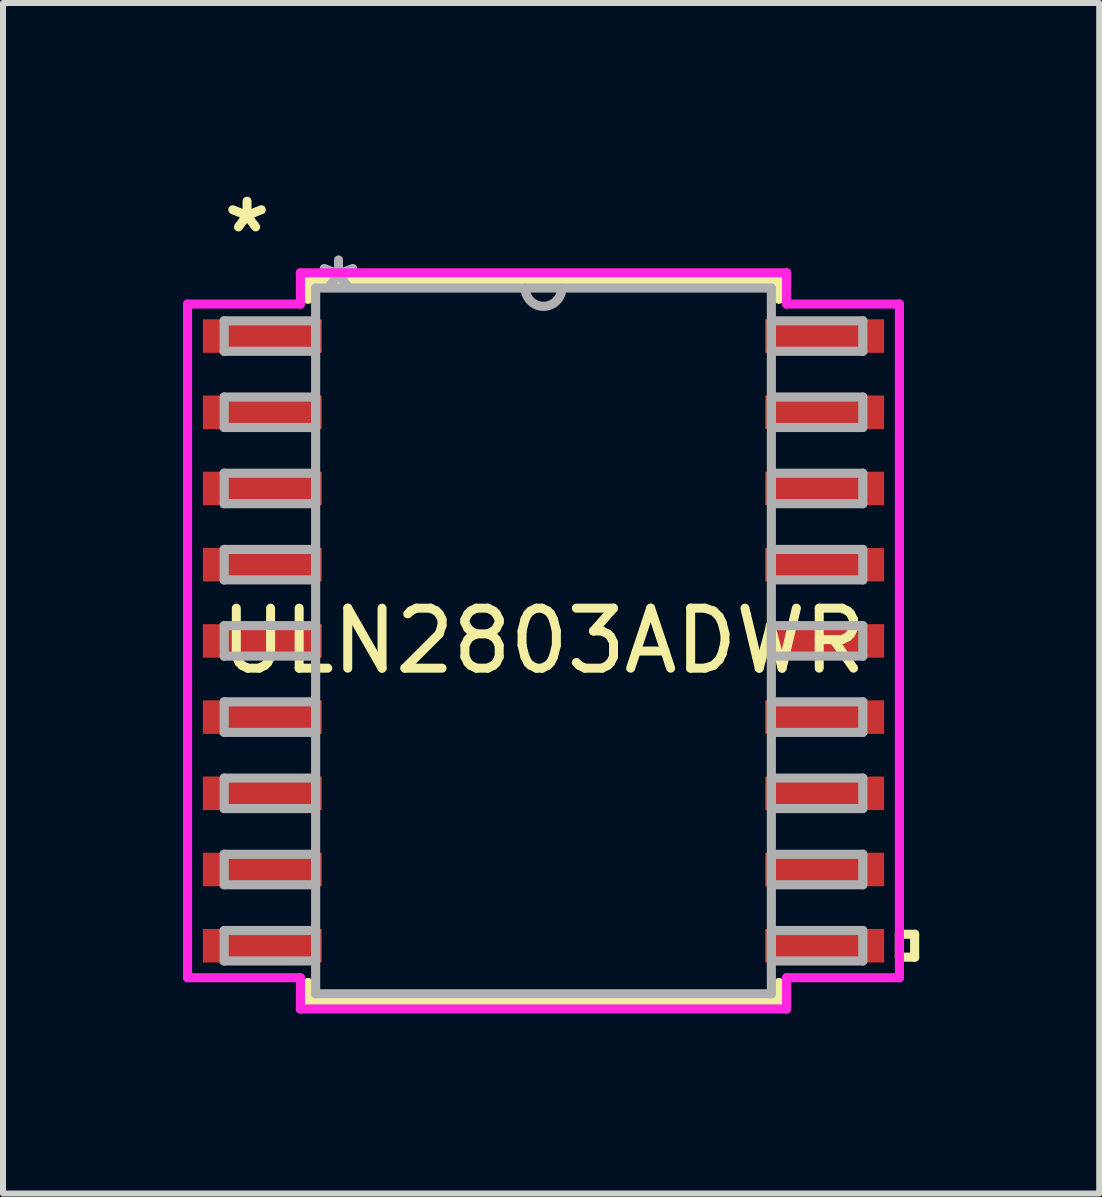
<source format=kicad_pcb>
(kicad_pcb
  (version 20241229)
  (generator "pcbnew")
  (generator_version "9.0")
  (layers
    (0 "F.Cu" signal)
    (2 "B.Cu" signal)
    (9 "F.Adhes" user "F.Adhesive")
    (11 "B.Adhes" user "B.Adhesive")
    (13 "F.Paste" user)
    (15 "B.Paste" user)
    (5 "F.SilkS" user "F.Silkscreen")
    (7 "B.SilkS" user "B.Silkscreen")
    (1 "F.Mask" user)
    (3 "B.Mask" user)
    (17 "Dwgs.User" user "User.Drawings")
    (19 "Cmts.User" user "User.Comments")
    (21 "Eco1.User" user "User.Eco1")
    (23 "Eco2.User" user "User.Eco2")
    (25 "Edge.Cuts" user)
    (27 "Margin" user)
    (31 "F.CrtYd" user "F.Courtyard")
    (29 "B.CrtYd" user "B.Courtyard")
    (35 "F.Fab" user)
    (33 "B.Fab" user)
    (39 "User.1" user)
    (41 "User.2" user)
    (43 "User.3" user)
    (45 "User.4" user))
  (footprint "ULN2803ADWR"
    (layer "F.Cu")
    (at 6.007 7.63)
    (property "Reference" "ULN2803ADWR" (at 0 0 0) (layer "F.SilkS") (effects (font (size 1 1) (thickness 0.15))))
    (attr through_hole)
    (fp_line (start -3.924 -6.007) (end -3.924 -5.692) (stroke (width 0.152) (type solid)) (layer "F.SilkS"))
    (fp_line (start -3.924 5.692) (end -3.924 6.007) (stroke (width 0.152) (type solid)) (layer "F.SilkS"))
    (fp_line (start -3.924 6.007) (end 3.924 6.007) (stroke (width 0.152) (type solid)) (layer "F.SilkS"))
    (fp_line (start 3.924 -6.007) (end -3.924 -6.007) (stroke (width 0.152) (type solid)) (layer "F.SilkS"))
    (fp_line (start 3.924 -5.692) (end 3.924 -6.007) (stroke (width 0.152) (type solid)) (layer "F.SilkS"))
    (fp_line (start 3.924 6.007) (end 3.924 5.692) (stroke (width 0.152) (type solid)) (layer "F.SilkS"))
    (fp_line (start 5.931 4.889) (end 6.185 4.889) (stroke (width 0.152) (type solid)) (layer "F.SilkS"))
    (fp_line (start 5.931 5.271) (end 5.931 4.889) (stroke (width 0.152) (type solid)) (layer "F.SilkS"))
    (fp_line (start 6.185 4.889) (end 6.185 5.271) (stroke (width 0.152) (type solid)) (layer "F.SilkS"))
    (fp_line (start 6.185 5.271) (end 5.931 5.271) (stroke (width 0.152) (type solid)) (layer "F.SilkS"))
    (fp_line (start -5.931 -5.613) (end -4.051 -5.613) (stroke (width 0.152) (type solid)) (layer "F.CrtYd"))
    (fp_line (start -5.931 5.613) (end -5.931 -5.613) (stroke (width 0.152) (type solid)) (layer "F.CrtYd"))
    (fp_line (start -4.051 -6.134) (end 4.051 -6.134) (stroke (width 0.152) (type solid)) (layer "F.CrtYd"))
    (fp_line (start -4.051 -5.613) (end -4.051 -6.134) (stroke (width 0.152) (type solid)) (layer "F.CrtYd"))
    (fp_line (start -4.051 5.613) (end -5.931 5.613) (stroke (width 0.152) (type solid)) (layer "F.CrtYd"))
    (fp_line (start -4.051 6.134) (end -4.051 5.613) (stroke (width 0.152) (type solid)) (layer "F.CrtYd"))
    (fp_line (start 4.051 -6.134) (end 4.051 -5.613) (stroke (width 0.152) (type solid)) (layer "F.CrtYd"))
    (fp_line (start 4.051 -5.613) (end 5.931 -5.613) (stroke (width 0.152) (type solid)) (layer "F.CrtYd"))
    (fp_line (start 4.051 5.613) (end 4.051 6.134) (stroke (width 0.152) (type solid)) (layer "F.CrtYd"))
    (fp_line (start 4.051 6.134) (end -4.051 6.134) (stroke (width 0.152) (type solid)) (layer "F.CrtYd"))
    (fp_line (start 5.931 -5.613) (end 5.931 5.613) (stroke (width 0.152) (type solid)) (layer "F.CrtYd"))
    (fp_line (start 5.931 5.613) (end 4.051 5.613) (stroke (width 0.152) (type solid)) (layer "F.CrtYd"))
    (fp_line (start -5.321 -5.334) (end -5.321 -4.826) (stroke (width 0.152) (type solid)) (layer "F.Fab"))
    (fp_line (start -5.321 -4.826) (end -3.797 -4.826) (stroke (width 0.152) (type solid)) (layer "F.Fab"))
    (fp_line (start -5.321 -4.064) (end -5.321 -3.556) (stroke (width 0.152) (type solid)) (layer "F.Fab"))
    (fp_line (start -5.321 -3.556) (end -3.797 -3.556) (stroke (width 0.152) (type solid)) (layer "F.Fab"))
    (fp_line (start -5.321 -2.794) (end -5.321 -2.286) (stroke (width 0.152) (type solid)) (layer "F.Fab"))
    (fp_line (start -5.321 -2.286) (end -3.797 -2.286) (stroke (width 0.152) (type solid)) (layer "F.Fab"))
    (fp_line (start -5.321 -1.524) (end -5.321 -1.016) (stroke (width 0.152) (type solid)) (layer "F.Fab"))
    (fp_line (start -5.321 -1.016) (end -3.797 -1.016) (stroke (width 0.152) (type solid)) (layer "F.Fab"))
    (fp_line (start -5.321 -0.254) (end -5.321 0.254) (stroke (width 0.152) (type solid)) (layer "F.Fab"))
    (fp_line (start -5.321 0.254) (end -3.797 0.254) (stroke (width 0.152) (type solid)) (layer "F.Fab"))
    (fp_line (start -5.321 1.016) (end -5.321 1.524) (stroke (width 0.152) (type solid)) (layer "F.Fab"))
    (fp_line (start -5.321 1.524) (end -3.797 1.524) (stroke (width 0.152) (type solid)) (layer "F.Fab"))
    (fp_line (start -5.321 2.286) (end -5.321 2.794) (stroke (width 0.152) (type solid)) (layer "F.Fab"))
    (fp_line (start -5.321 2.794) (end -3.797 2.794) (stroke (width 0.152) (type solid)) (layer "F.Fab"))
    (fp_line (start -5.321 3.556) (end -5.321 4.064) (stroke (width 0.152) (type solid)) (layer "F.Fab"))
    (fp_line (start -5.321 4.064) (end -3.797 4.064) (stroke (width 0.152) (type solid)) (layer "F.Fab"))
    (fp_line (start -5.321 4.826) (end -5.321 5.334) (stroke (width 0.152) (type solid)) (layer "F.Fab"))
    (fp_line (start -5.321 5.334) (end -3.797 5.334) (stroke (width 0.152) (type solid)) (layer "F.Fab"))
    (fp_line (start -3.797 -5.88) (end -3.797 5.88) (stroke (width 0.152) (type solid)) (layer "F.Fab"))
    (fp_line (start -3.797 -5.334) (end -5.321 -5.334) (stroke (width 0.152) (type solid)) (layer "F.Fab"))
    (fp_line (start -3.797 -4.826) (end -3.797 -5.334) (stroke (width 0.152) (type solid)) (layer "F.Fab"))
    (fp_line (start -3.797 -4.064) (end -5.321 -4.064) (stroke (width 0.152) (type solid)) (layer "F.Fab"))
    (fp_line (start -3.797 -3.556) (end -3.797 -4.064) (stroke (width 0.152) (type solid)) (layer "F.Fab"))
    (fp_line (start -3.797 -2.794) (end -5.321 -2.794) (stroke (width 0.152) (type solid)) (layer "F.Fab"))
    (fp_line (start -3.797 -2.286) (end -3.797 -2.794) (stroke (width 0.152) (type solid)) (layer "F.Fab"))
    (fp_line (start -3.797 -1.524) (end -5.321 -1.524) (stroke (width 0.152) (type solid)) (layer "F.Fab"))
    (fp_line (start -3.797 -1.016) (end -3.797 -1.524) (stroke (width 0.152) (type solid)) (layer "F.Fab"))
    (fp_line (start -3.797 -0.254) (end -5.321 -0.254) (stroke (width 0.152) (type solid)) (layer "F.Fab"))
    (fp_line (start -3.797 0.254) (end -3.797 -0.254) (stroke (width 0.152) (type solid)) (layer "F.Fab"))
    (fp_line (start -3.797 1.016) (end -5.321 1.016) (stroke (width 0.152) (type solid)) (layer "F.Fab"))
    (fp_line (start -3.797 1.524) (end -3.797 1.016) (stroke (width 0.152) (type solid)) (layer "F.Fab"))
    (fp_line (start -3.797 2.286) (end -5.321 2.286) (stroke (width 0.152) (type solid)) (layer "F.Fab"))
    (fp_line (start -3.797 2.794) (end -3.797 2.286) (stroke (width 0.152) (type solid)) (layer "F.Fab"))
    (fp_line (start -3.797 3.556) (end -5.321 3.556) (stroke (width 0.152) (type solid)) (layer "F.Fab"))
    (fp_line (start -3.797 4.064) (end -3.797 3.556) (stroke (width 0.152) (type solid)) (layer "F.Fab"))
    (fp_line (start -3.797 4.826) (end -5.321 4.826) (stroke (width 0.152) (type solid)) (layer "F.Fab"))
    (fp_line (start -3.797 5.334) (end -3.797 4.826) (stroke (width 0.152) (type solid)) (layer "F.Fab"))
    (fp_line (start -3.797 5.88) (end 3.797 5.88) (stroke (width 0.152) (type solid)) (layer "F.Fab"))
    (fp_line (start 3.797 -5.88) (end -3.797 -5.88) (stroke (width 0.152) (type solid)) (layer "F.Fab"))
    (fp_line (start 3.797 -5.334) (end 3.797 -4.826) (stroke (width 0.152) (type solid)) (layer "F.Fab"))
    (fp_line (start 3.797 -4.826) (end 5.321 -4.826) (stroke (width 0.152) (type solid)) (layer "F.Fab"))
    (fp_line (start 3.797 -4.064) (end 3.797 -3.556) (stroke (width 0.152) (type solid)) (layer "F.Fab"))
    (fp_line (start 3.797 -3.556) (end 5.321 -3.556) (stroke (width 0.152) (type solid)) (layer "F.Fab"))
    (fp_line (start 3.797 -2.794) (end 3.797 -2.286) (stroke (width 0.152) (type solid)) (layer "F.Fab"))
    (fp_line (start 3.797 -2.286) (end 5.321 -2.286) (stroke (width 0.152) (type solid)) (layer "F.Fab"))
    (fp_line (start 3.797 -1.524) (end 3.797 -1.016) (stroke (width 0.152) (type solid)) (layer "F.Fab"))
    (fp_line (start 3.797 -1.016) (end 5.321 -1.016) (stroke (width 0.152) (type solid)) (layer "F.Fab"))
    (fp_line (start 3.797 -0.254) (end 3.797 0.254) (stroke (width 0.152) (type solid)) (layer "F.Fab"))
    (fp_line (start 3.797 0.254) (end 5.321 0.254) (stroke (width 0.152) (type solid)) (layer "F.Fab"))
    (fp_line (start 3.797 1.016) (end 3.797 1.524) (stroke (width 0.152) (type solid)) (layer "F.Fab"))
    (fp_line (start 3.797 1.524) (end 5.321 1.524) (stroke (width 0.152) (type solid)) (layer "F.Fab"))
    (fp_line (start 3.797 2.286) (end 3.797 2.794) (stroke (width 0.152) (type solid)) (layer "F.Fab"))
    (fp_line (start 3.797 2.794) (end 5.321 2.794) (stroke (width 0.152) (type solid)) (layer "F.Fab"))
    (fp_line (start 3.797 3.556) (end 3.797 4.064) (stroke (width 0.152) (type solid)) (layer "F.Fab"))
    (fp_line (start 3.797 4.064) (end 5.321 4.064) (stroke (width 0.152) (type solid)) (layer "F.Fab"))
    (fp_line (start 3.797 4.826) (end 3.797 5.334) (stroke (width 0.152) (type solid)) (layer "F.Fab"))
    (fp_line (start 3.797 5.334) (end 5.321 5.334) (stroke (width 0.152) (type solid)) (layer "F.Fab"))
    (fp_line (start 3.797 5.88) (end 3.797 -5.88) (stroke (width 0.152) (type solid)) (layer "F.Fab"))
    (fp_line (start 5.321 -5.334) (end 3.797 -5.334) (stroke (width 0.152) (type solid)) (layer "F.Fab"))
    (fp_line (start 5.321 -4.826) (end 5.321 -5.334) (stroke (width 0.152) (type solid)) (layer "F.Fab"))
    (fp_line (start 5.321 -4.064) (end 3.797 -4.064) (stroke (width 0.152) (type solid)) (layer "F.Fab"))
    (fp_line (start 5.321 -3.556) (end 5.321 -4.064) (stroke (width 0.152) (type solid)) (layer "F.Fab"))
    (fp_line (start 5.321 -2.794) (end 3.797 -2.794) (stroke (width 0.152) (type solid)) (layer "F.Fab"))
    (fp_line (start 5.321 -2.286) (end 5.321 -2.794) (stroke (width 0.152) (type solid)) (layer "F.Fab"))
    (fp_line (start 5.321 -1.524) (end 3.797 -1.524) (stroke (width 0.152) (type solid)) (layer "F.Fab"))
    (fp_line (start 5.321 -1.016) (end 5.321 -1.524) (stroke (width 0.152) (type solid)) (layer "F.Fab"))
    (fp_line (start 5.321 -0.254) (end 3.797 -0.254) (stroke (width 0.152) (type solid)) (layer "F.Fab"))
    (fp_line (start 5.321 0.254) (end 5.321 -0.254) (stroke (width 0.152) (type solid)) (layer "F.Fab"))
    (fp_line (start 5.321 1.016) (end 3.797 1.016) (stroke (width 0.152) (type solid)) (layer "F.Fab"))
    (fp_line (start 5.321 1.524) (end 5.321 1.016) (stroke (width 0.152) (type solid)) (layer "F.Fab"))
    (fp_line (start 5.321 2.286) (end 3.797 2.286) (stroke (width 0.152) (type solid)) (layer "F.Fab"))
    (fp_line (start 5.321 2.794) (end 5.321 2.286) (stroke (width 0.152) (type solid)) (layer "F.Fab"))
    (fp_line (start 5.321 3.556) (end 3.797 3.556) (stroke (width 0.152) (type solid)) (layer "F.Fab"))
    (fp_line (start 5.321 4.064) (end 5.321 3.556) (stroke (width 0.152) (type solid)) (layer "F.Fab"))
    (fp_line (start 5.321 4.826) (end 3.797 4.826) (stroke (width 0.152) (type solid)) (layer "F.Fab"))
    (fp_line (start 5.321 5.334) (end 5.321 4.826) (stroke (width 0.152) (type solid)) (layer "F.Fab"))
    (fp_arc (start 0.3048 -5.8801) (mid 0 -5.5753) (end -0.3048 -5.8801) (stroke (width 0.1524) (type solid)) (layer "F.Fab"))
    (fp_text user "*" (at -4.94 -6.782 0) (layer "F.SilkS") (effects (font (size 1 1) (thickness 0.15))))
    (fp_text user "*" (at -3.416 -5.804 0) (layer "F.Fab") (effects (font (size 1 1) (thickness 0.15))))
    (pad "1" smd rect (at -4.686 -5.08) (size 1.981 0.559) (layers "F.Cu" "F.Mask" "F.Paste"))
    (pad "2" smd rect (at -4.686 -3.81) (size 1.981 0.559) (layers "F.Cu" "F.Mask" "F.Paste"))
    (pad "3" smd rect (at -4.686 -2.54) (size 1.981 0.559) (layers "F.Cu" "F.Mask" "F.Paste"))
    (pad "4" smd rect (at -4.686 -1.27) (size 1.981 0.559) (layers "F.Cu" "F.Mask" "F.Paste"))
    (pad "5" smd rect (at -4.686 0) (size 1.981 0.559) (layers "F.Cu" "F.Mask" "F.Paste"))
    (pad "6" smd rect (at -4.686 1.27) (size 1.981 0.559) (layers "F.Cu" "F.Mask" "F.Paste"))
    (pad "7" smd rect (at -4.686 2.54) (size 1.981 0.559) (layers "F.Cu" "F.Mask" "F.Paste"))
    (pad "8" smd rect (at -4.686 3.81) (size 1.981 0.559) (layers "F.Cu" "F.Mask" "F.Paste"))
    (pad "9" smd rect (at -4.686 5.08) (size 1.981 0.559) (layers "F.Cu" "F.Mask" "F.Paste"))
    (pad "10" smd rect (at 4.686 5.08) (size 1.981 0.559) (layers "F.Cu" "F.Mask" "F.Paste"))
    (pad "11" smd rect (at 4.686 3.81) (size 1.981 0.559) (layers "F.Cu" "F.Mask" "F.Paste"))
    (pad "12" smd rect (at 4.686 2.54) (size 1.981 0.559) (layers "F.Cu" "F.Mask" "F.Paste"))
    (pad "13" smd rect (at 4.686 1.27) (size 1.981 0.559) (layers "F.Cu" "F.Mask" "F.Paste"))
    (pad "14" smd rect (at 4.686 0) (size 1.981 0.559) (layers "F.Cu" "F.Mask" "F.Paste"))
    (pad "15" smd rect (at 4.686 -1.27) (size 1.981 0.559) (layers "F.Cu" "F.Mask" "F.Paste"))
    (pad "16" smd rect (at 4.686 -2.54) (size 1.981 0.559) (layers "F.Cu" "F.Mask" "F.Paste"))
    (pad "17" smd rect (at 4.686 -3.81) (size 1.981 0.559) (layers "F.Cu" "F.Mask" "F.Paste"))
    (pad "18" smd rect (at 4.686 -5.08) (size 1.981 0.559) (layers "F.Cu" "F.Mask" "F.Paste")))
  (gr_rect
    (start -3 -3)
    (end 15.268 16.84)
    (stroke (width 0.1) (type default))
    (fill no)
    (layer "Edge.Cuts")))
</source>
